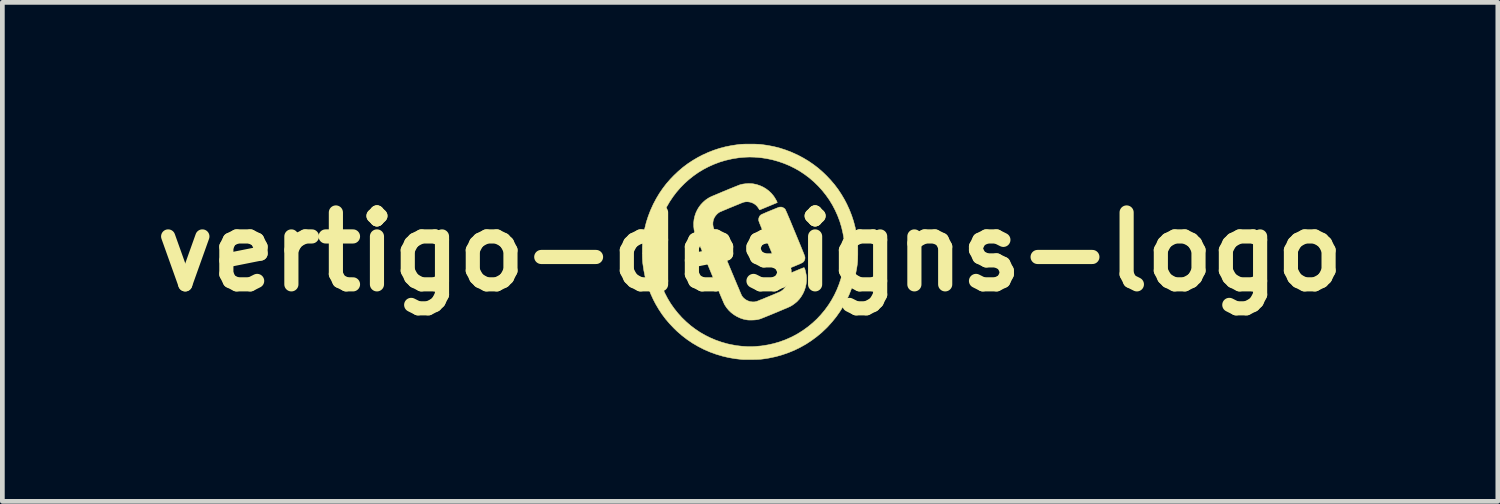
<source format=kicad_pcb>
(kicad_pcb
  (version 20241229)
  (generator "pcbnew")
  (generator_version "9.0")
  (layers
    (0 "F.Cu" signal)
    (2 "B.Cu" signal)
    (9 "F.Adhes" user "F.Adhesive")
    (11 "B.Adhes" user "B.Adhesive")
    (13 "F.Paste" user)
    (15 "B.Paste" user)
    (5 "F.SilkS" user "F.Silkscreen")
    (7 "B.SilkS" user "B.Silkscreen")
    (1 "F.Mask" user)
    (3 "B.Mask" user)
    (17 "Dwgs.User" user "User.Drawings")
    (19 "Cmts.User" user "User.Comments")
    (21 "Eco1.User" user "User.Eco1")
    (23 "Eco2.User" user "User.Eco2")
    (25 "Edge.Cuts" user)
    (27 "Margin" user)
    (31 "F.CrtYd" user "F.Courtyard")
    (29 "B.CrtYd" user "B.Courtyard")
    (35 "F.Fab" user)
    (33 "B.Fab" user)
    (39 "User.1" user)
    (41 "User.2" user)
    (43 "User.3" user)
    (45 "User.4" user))
  (footprint "vertigo-designs-logo"
    (layer "F.Cu")
    (at 12.852 2.289)
    (property "Reference" "vertigo-designs-logo" (at 0 0 0) (layer "F.SilkS") (effects (font (size 1.524 1.524) (thickness 0.3))))
    (attr through_hole)
    (fp_poly (pts (xy 0.663 -0.949) (xy 0.678 -0.946) (xy 0.694 -0.939) (xy 0.7 -0.936) (xy 0.716 -0.927) (xy 0.731 -0.916) (xy 0.74 -0.908) (xy 0.743 -0.904) (xy 0.747 -0.897) (xy 0.753 -0.886) (xy 0.759 -0.871) (xy 0.768 -0.852) (xy 0.778 -0.829) (xy 0.791 -0.8) (xy 0.805 -0.766) (xy 0.822 -0.727) (xy 0.841 -0.682) (xy 0.863 -0.63) (xy 0.887 -0.571) (xy 0.914 -0.506) (xy 0.944 -0.433) (xy 0.959 -0.398) (xy 0.989 -0.325) (xy 1.016 -0.26) (xy 1.04 -0.202) (xy 1.061 -0.151) (xy 1.08 -0.105) (xy 1.096 -0.066) (xy 1.11 -0.031) (xy 1.122 -0.002) (xy 1.132 0.023) (xy 1.141 0.045) (xy 1.147 0.062) (xy 1.153 0.077) (xy 1.157 0.088) (xy 1.16 0.098) (xy 1.162 0.105) (xy 1.163 0.111) (xy 1.164 0.117) (xy 1.164 0.121) (xy 1.164 0.125) (xy 1.164 0.126) (xy 1.163 0.146) (xy 1.159 0.163) (xy 1.152 0.18) (xy 1.147 0.19) (xy 1.142 0.198) (xy 1.137 0.206) (xy 1.13 0.213) (xy 1.121 0.221) (xy 1.11 0.228) (xy 1.095 0.236) (xy 1.076 0.246) (xy 1.052 0.257) (xy 1.023 0.269) (xy 0.987 0.284) (xy 0.945 0.302) (xy 0.917 0.313) (xy 0.87 0.333) (xy 0.831 0.349) (xy 0.798 0.362) (xy 0.77 0.373) (xy 0.748 0.381) (xy 0.729 0.387) (xy 0.714 0.391) (xy 0.702 0.393) (xy 0.691 0.393) (xy 0.681 0.392) (xy 0.672 0.39) (xy 0.662 0.386) (xy 0.654 0.383) (xy 0.634 0.374) (xy 0.62 0.364) (xy 0.606 0.35) (xy 0.601 0.346) (xy 0.598 0.34) (xy 0.592 0.327) (xy 0.583 0.307) (xy 0.571 0.28) (xy 0.557 0.247) (xy 0.54 0.207) (xy 0.521 0.163) (xy 0.5 0.112) (xy 0.477 0.057) (xy 0.452 -0.002) (xy 0.425 -0.066) (xy 0.397 -0.133) (xy 0.386 -0.16) (xy 0.356 -0.233) (xy 0.329 -0.298) (xy 0.305 -0.355) (xy 0.284 -0.407) (xy 0.265 -0.452) (xy 0.249 -0.492) (xy 0.235 -0.526) (xy 0.223 -0.556) (xy 0.213 -0.581) (xy 0.204 -0.602) (xy 0.198 -0.619) (xy 0.193 -0.633) (xy 0.188 -0.645) (xy 0.186 -0.654) (xy 0.183 -0.662) (xy 0.182 -0.668) (xy 0.181 -0.673) (xy 0.181 -0.677) (xy 0.181 -0.682) (xy 0.181 -0.682) (xy 0.185 -0.713) (xy 0.195 -0.741) (xy 0.21 -0.766) (xy 0.23 -0.784) (xy 0.235 -0.787) (xy 0.242 -0.791) (xy 0.255 -0.797) (xy 0.275 -0.806) (xy 0.301 -0.817) (xy 0.33 -0.83) (xy 0.363 -0.844) (xy 0.399 -0.859) (xy 0.433 -0.873) (xy 0.475 -0.89) (xy 0.511 -0.905) (xy 0.541 -0.917) (xy 0.565 -0.927) (xy 0.584 -0.934) (xy 0.599 -0.94) (xy 0.611 -0.944) (xy 0.621 -0.947) (xy 0.629 -0.948) (xy 0.636 -0.949) (xy 0.643 -0.949) (xy 0.645 -0.949) (xy 0.663 -0.949)) (stroke (width 0.01) (type solid)) (fill yes) (layer "F.SilkS"))
    (fp_poly (pts (xy 0.069 -2.284) (xy 0.116 -2.283) (xy 0.159 -2.281) (xy 0.197 -2.279) (xy 0.229 -2.277) (xy 0.235 -2.276) (xy 0.371 -2.257) (xy 0.501 -2.232) (xy 0.628 -2.2) (xy 0.752 -2.16) (xy 0.873 -2.114) (xy 0.992 -2.06) (xy 1.012 -2.051) (xy 1.129 -1.989) (xy 1.239 -1.923) (xy 1.344 -1.851) (xy 1.445 -1.774) (xy 1.541 -1.69) (xy 1.617 -1.617) (xy 1.707 -1.522) (xy 1.79 -1.425) (xy 1.866 -1.324) (xy 1.936 -1.218) (xy 2.002 -1.106) (xy 2.051 -1.012) (xy 2.106 -0.892) (xy 2.153 -0.772) (xy 2.194 -0.648) (xy 2.227 -0.522) (xy 2.253 -0.392) (xy 2.273 -0.257) (xy 2.276 -0.235) (xy 2.278 -0.215) (xy 2.28 -0.194) (xy 2.281 -0.171) (xy 2.282 -0.146) (xy 2.283 -0.117) (xy 2.284 -0.083) (xy 2.284 -0.043) (xy 2.284 0) (xy 2.284 0.052) (xy 2.283 0.098) (xy 2.282 0.138) (xy 2.281 0.174) (xy 2.279 0.207) (xy 2.276 0.24) (xy 2.272 0.273) (xy 2.267 0.308) (xy 2.261 0.346) (xy 2.256 0.375) (xy 2.229 0.512) (xy 2.194 0.646) (xy 2.151 0.777) (xy 2.101 0.905) (xy 2.043 1.03) (xy 1.977 1.151) (xy 1.904 1.267) (xy 1.824 1.38) (xy 1.737 1.487) (xy 1.644 1.59) (xy 1.617 1.617) (xy 1.516 1.713) (xy 1.409 1.801) (xy 1.298 1.883) (xy 1.183 1.958) (xy 1.063 2.025) (xy 0.939 2.086) (xy 0.812 2.138) (xy 0.682 2.183) (xy 0.548 2.221) (xy 0.411 2.25) (xy 0.389 2.254) (xy 0.346 2.261) (xy 0.307 2.267) (xy 0.271 2.272) (xy 0.235 2.276) (xy 0.199 2.279) (xy 0.16 2.281) (xy 0.117 2.282) (xy 0.068 2.283) (xy 0.025 2.284) (xy -0.013 2.284) (xy -0.05 2.284) (xy -0.085 2.284) (xy -0.117 2.284) (xy -0.144 2.283) (xy -0.165 2.282) (xy -0.178 2.281) (xy -0.319 2.265) (xy -0.458 2.241) (xy -0.593 2.209) (xy -0.726 2.169) (xy -0.855 2.122) (xy -0.981 2.067) (xy -1.103 2.004) (xy -1.221 1.935) (xy -1.335 1.858) (xy -1.444 1.774) (xy -1.549 1.683) (xy -1.617 1.617) (xy -1.707 1.522) (xy -1.79 1.425) (xy -1.866 1.324) (xy -1.936 1.218) (xy -2.002 1.106) (xy -2.051 1.012) (xy -2.106 0.892) (xy -2.153 0.772) (xy -2.194 0.648) (xy -2.227 0.522) (xy -2.253 0.392) (xy -2.273 0.257) (xy -2.276 0.235) (xy -2.279 0.205) (xy -2.281 0.168) (xy -2.283 0.125) (xy -2.284 0.079) (xy -2.284 0.03) (xy -2.284 0.027) (xy -2.01 0.027) (xy -2.007 0.089) (xy -2.002 0.17) (xy -1.994 0.245) (xy -1.983 0.318) (xy -1.969 0.393) (xy -1.968 0.398) (xy -1.939 0.524) (xy -1.902 0.646) (xy -1.857 0.765) (xy -1.805 0.881) (xy -1.747 0.992) (xy -1.682 1.099) (xy -1.61 1.201) (xy -1.532 1.299) (xy -1.449 1.391) (xy -1.36 1.478) (xy -1.266 1.56) (xy -1.167 1.635) (xy -1.063 1.705) (xy -0.954 1.768) (xy -0.841 1.824) (xy -0.725 1.873) (xy -0.604 1.915) (xy -0.481 1.95) (xy -0.398 1.968) (xy -0.282 1.989) (xy -0.167 2.002) (xy -0.055 2.009) (xy 0.054 2.009) (xy 0.111 2.006) (xy 0.245 1.994) (xy 0.375 1.973) (xy 0.502 1.945) (xy 0.626 1.909) (xy 0.747 1.865) (xy 0.865 1.813) (xy 0.899 1.797) (xy 1.013 1.735) (xy 1.122 1.666) (xy 1.226 1.591) (xy 1.324 1.51) (xy 1.417 1.424) (xy 1.504 1.331) (xy 1.585 1.234) (xy 1.66 1.131) (xy 1.728 1.024) (xy 1.789 0.913) (xy 1.843 0.798) (xy 1.89 0.679) (xy 1.93 0.557) (xy 1.961 0.431) (xy 1.968 0.398) (xy 1.988 0.289) (xy 2.001 0.181) (xy 2.008 0.075) (xy 2.01 -0.027) (xy 2.007 -0.089) (xy 2.002 -0.17) (xy 1.994 -0.245) (xy 1.983 -0.318) (xy 1.969 -0.393) (xy 1.968 -0.398) (xy 1.939 -0.524) (xy 1.902 -0.646) (xy 1.857 -0.765) (xy 1.805 -0.881) (xy 1.747 -0.992) (xy 1.682 -1.099) (xy 1.61 -1.201) (xy 1.532 -1.299) (xy 1.449 -1.391) (xy 1.36 -1.478) (xy 1.266 -1.56) (xy 1.167 -1.635) (xy 1.063 -1.705) (xy 0.954 -1.768) (xy 0.842 -1.824) (xy 0.725 -1.873) (xy 0.605 -1.915) (xy 0.481 -1.95) (xy 0.398 -1.968) (xy 0.323 -1.982) (xy 0.25 -1.993) (xy 0.175 -2.001) (xy 0.095 -2.007) (xy 0.089 -2.007) (xy -0.01 -2.01) (xy -0.113 -2.006) (xy -0.22 -1.997) (xy -0.328 -1.981) (xy -0.398 -1.968) (xy -0.524 -1.939) (xy -0.646 -1.902) (xy -0.765 -1.857) (xy -0.881 -1.805) (xy -0.992 -1.747) (xy -1.099 -1.682) (xy -1.201 -1.61) (xy -1.299 -1.532) (xy -1.391 -1.449) (xy -1.478 -1.36) (xy -1.56 -1.266) (xy -1.635 -1.167) (xy -1.705 -1.063) (xy -1.768 -0.954) (xy -1.824 -0.842) (xy -1.873 -0.725) (xy -1.915 -0.605) (xy -1.95 -0.481) (xy -1.968 -0.398) (xy -1.988 -0.289) (xy -2.001 -0.181) (xy -2.008 -0.075) (xy -2.01 0.027) (xy -2.284 0.027) (xy -2.284 -0.019) (xy -2.284 -0.069) (xy -2.283 -0.116) (xy -2.281 -0.159) (xy -2.279 -0.197) (xy -2.277 -0.229) (xy -2.276 -0.235) (xy -2.257 -0.371) (xy -2.232 -0.501) (xy -2.2 -0.628) (xy -2.16 -0.752) (xy -2.114 -0.873) (xy -2.06 -0.992) (xy -2.051 -1.012) (xy -1.989 -1.129) (xy -1.923 -1.239) (xy -1.851 -1.344) (xy -1.774 -1.445) (xy -1.69 -1.541) (xy -1.617 -1.617) (xy -1.522 -1.707) (xy -1.425 -1.79) (xy -1.324 -1.866) (xy -1.218 -1.936) (xy -1.106 -2.002) (xy -1.012 -2.051) (xy -0.892 -2.106) (xy -0.772 -2.153) (xy -0.648 -2.194) (xy -0.522 -2.227) (xy -0.392 -2.253) (xy -0.257 -2.273) (xy -0.235 -2.276) (xy -0.205 -2.279) (xy -0.168 -2.281) (xy -0.125 -2.283) (xy -0.079 -2.284) (xy -0.03 -2.284) (xy 0.019 -2.284) (xy 0.069 -2.284)) (stroke (width 0.01) (type solid)) (fill yes) (layer "F.SilkS"))
    (fp_poly (pts (xy 0.03 -1.446) (xy 0.067 -1.442) (xy 0.139 -1.427) (xy 0.208 -1.404) (xy 0.275 -1.374) (xy 0.337 -1.337) (xy 0.396 -1.293) (xy 0.449 -1.243) (xy 0.496 -1.187) (xy 0.5 -1.181) (xy 0.513 -1.163) (xy 0.525 -1.143) (xy 0.538 -1.122) (xy 0.55 -1.101) (xy 0.561 -1.082) (xy 0.569 -1.065) (xy 0.574 -1.052) (xy 0.576 -1.045) (xy 0.575 -1.044) (xy 0.571 -1.042) (xy 0.56 -1.037) (xy 0.543 -1.03) (xy 0.521 -1.021) (xy 0.495 -1.01) (xy 0.466 -0.998) (xy 0.435 -0.985) (xy 0.402 -0.971) (xy 0.369 -0.958) (xy 0.336 -0.944) (xy 0.305 -0.931) (xy 0.276 -0.919) (xy 0.251 -0.909) (xy 0.23 -0.9) (xy 0.214 -0.894) (xy 0.204 -0.89) (xy 0.202 -0.889) (xy 0.199 -0.892) (xy 0.193 -0.902) (xy 0.185 -0.915) (xy 0.181 -0.922) (xy 0.154 -0.96) (xy 0.122 -0.993) (xy 0.085 -1.02) (xy 0.044 -1.04) (xy 0.001 -1.054) (xy -0.044 -1.061) (xy -0.09 -1.061) (xy -0.135 -1.053) (xy -0.142 -1.051) (xy -0.151 -1.047) (xy -0.167 -1.041) (xy -0.189 -1.033) (xy -0.215 -1.022) (xy -0.246 -1.009) (xy -0.281 -0.995) (xy -0.318 -0.98) (xy -0.356 -0.964) (xy -0.396 -0.948) (xy -0.435 -0.932) (xy -0.474 -0.916) (xy -0.51 -0.9) (xy -0.545 -0.886) (xy -0.575 -0.873) (xy -0.601 -0.862) (xy -0.623 -0.853) (xy -0.638 -0.846) (xy -0.646 -0.842) (xy -0.647 -0.842) (xy -0.662 -0.832) (xy -0.676 -0.822) (xy -0.691 -0.809) (xy -0.706 -0.795) (xy -0.737 -0.759) (xy -0.761 -0.719) (xy -0.778 -0.676) (xy -0.787 -0.63) (xy -0.789 -0.584) (xy -0.783 -0.536) (xy -0.771 -0.496) (xy -0.766 -0.484) (xy -0.759 -0.465) (xy -0.748 -0.439) (xy -0.736 -0.408) (xy -0.721 -0.371) (xy -0.703 -0.329) (xy -0.684 -0.283) (xy -0.663 -0.233) (xy -0.641 -0.179) (xy -0.618 -0.122) (xy -0.593 -0.062) (xy -0.567 -0.000173) (xy -0.541 0.063) (xy -0.514 0.128) (xy -0.487 0.193) (xy -0.46 0.258) (xy -0.433 0.323) (xy -0.406 0.387) (xy -0.38 0.45) (xy -0.354 0.511) (xy -0.33 0.57) (xy -0.306 0.626) (xy -0.284 0.679) (xy -0.263 0.728) (xy -0.244 0.772) (xy -0.227 0.813) (xy -0.213 0.847) (xy -0.2 0.877) (xy -0.19 0.9) (xy -0.183 0.916) (xy -0.179 0.926) (xy -0.178 0.927) (xy -0.152 0.964) (xy -0.119 0.995) (xy -0.082 1.021) (xy -0.041 1.041) (xy 0.002 1.055) (xy 0.047 1.061) (xy 0.092 1.061) (xy 0.136 1.052) (xy 0.142 1.051) (xy 0.151 1.047) (xy 0.167 1.041) (xy 0.189 1.032) (xy 0.216 1.021) (xy 0.248 1.009) (xy 0.282 0.995) (xy 0.32 0.979) (xy 0.358 0.963) (xy 0.398 0.947) (xy 0.437 0.931) (xy 0.476 0.915) (xy 0.513 0.899) (xy 0.547 0.885) (xy 0.577 0.872) (xy 0.604 0.861) (xy 0.625 0.851) (xy 0.639 0.845) (xy 0.647 0.841) (xy 0.647 0.841) (xy 0.685 0.815) (xy 0.718 0.783) (xy 0.746 0.745) (xy 0.768 0.704) (xy 0.782 0.664) (xy 0.786 0.637) (xy 0.788 0.605) (xy 0.788 0.573) (xy 0.784 0.543) (xy 0.781 0.529) (xy 0.777 0.514) (xy 0.774 0.501) (xy 0.773 0.493) (xy 0.774 0.491) (xy 0.777 0.488) (xy 0.783 0.484) (xy 0.792 0.479) (xy 0.806 0.473) (xy 0.824 0.465) (xy 0.848 0.454) (xy 0.877 0.442) (xy 0.914 0.427) (xy 0.957 0.409) (xy 0.959 0.408) (xy 1.002 0.39) (xy 1.038 0.375) (xy 1.067 0.363) (xy 1.09 0.354) (xy 1.109 0.347) (xy 1.123 0.341) (xy 1.133 0.338) (xy 1.14 0.336) (xy 1.145 0.336) (xy 1.147 0.337) (xy 1.149 0.338) (xy 1.15 0.34) (xy 1.159 0.36) (xy 1.168 0.387) (xy 1.176 0.419) (xy 1.183 0.453) (xy 1.19 0.489) (xy 1.194 0.523) (xy 1.196 0.547) (xy 1.196 0.616) (xy 1.188 0.685) (xy 1.173 0.753) (xy 1.151 0.82) (xy 1.122 0.884) (xy 1.086 0.945) (xy 1.045 1.001) (xy 0.999 1.051) (xy 0.994 1.056) (xy 0.97 1.076) (xy 0.942 1.098) (xy 0.912 1.12) (xy 0.883 1.139) (xy 0.857 1.154) (xy 0.852 1.157) (xy 0.841 1.162) (xy 0.823 1.17) (xy 0.8 1.181) (xy 0.771 1.193) (xy 0.737 1.207) (xy 0.699 1.223) (xy 0.659 1.24) (xy 0.616 1.258) (xy 0.572 1.277) (xy 0.527 1.295) (xy 0.482 1.314) (xy 0.439 1.332) (xy 0.396 1.349) (xy 0.357 1.365) (xy 0.32 1.38) (xy 0.287 1.393) (xy 0.26 1.404) (xy 0.237 1.413) (xy 0.221 1.419) (xy 0.213 1.422) (xy 0.184 1.43) (xy 0.158 1.436) (xy 0.133 1.44) (xy 0.106 1.443) (xy 0.075 1.445) (xy 0.042 1.446) (xy 0.004 1.446) (xy -0.027 1.446) (xy -0.053 1.444) (xy -0.074 1.441) (xy -0.145 1.426) (xy -0.214 1.402) (xy -0.28 1.371) (xy -0.342 1.333) (xy -0.4 1.289) (xy -0.452 1.239) (xy -0.498 1.184) (xy -0.538 1.123) (xy -0.542 1.118) (xy -0.545 1.111) (xy -0.551 1.096) (xy -0.561 1.075) (xy -0.572 1.048) (xy -0.587 1.014) (xy -0.603 0.975) (xy -0.622 0.932) (xy -0.642 0.883) (xy -0.664 0.831) (xy -0.687 0.775) (xy -0.712 0.716) (xy -0.738 0.654) (xy -0.764 0.591) (xy -0.792 0.525) (xy -0.819 0.459) (xy -0.847 0.392) (xy -0.875 0.324) (xy -0.903 0.257) (xy -0.931 0.191) (xy -0.958 0.125) (xy -0.984 0.062) (xy -1.009 0.001) (xy -1.033 -0.058) (xy -1.056 -0.114) (xy -1.078 -0.165) (xy -1.097 -0.213) (xy -1.115 -0.257) (xy -1.131 -0.295) (xy -1.144 -0.328) (xy -1.155 -0.355) (xy -1.163 -0.375) (xy -1.168 -0.388) (xy -1.17 -0.394) (xy -1.187 -0.467) (xy -1.195 -0.541) (xy -1.196 -0.614) (xy -1.188 -0.687) (xy -1.172 -0.758) (xy -1.149 -0.827) (xy -1.117 -0.894) (xy -1.084 -0.948) (xy -1.043 -1.002) (xy -0.996 -1.052) (xy -0.945 -1.097) (xy -0.89 -1.135) (xy -0.852 -1.157) (xy -0.841 -1.162) (xy -0.823 -1.17) (xy -0.8 -1.181) (xy -0.771 -1.193) (xy -0.737 -1.207) (xy -0.699 -1.223) (xy -0.659 -1.24) (xy -0.616 -1.258) (xy -0.572 -1.277) (xy -0.527 -1.295) (xy -0.482 -1.314) (xy -0.439 -1.332) (xy -0.396 -1.349) (xy -0.357 -1.365) (xy -0.32 -1.38) (xy -0.287 -1.393) (xy -0.26 -1.404) (xy -0.237 -1.413) (xy -0.221 -1.419) (xy -0.213 -1.422) (xy -0.155 -1.436) (xy -0.094 -1.444) (xy -0.031 -1.448) (xy 0.03 -1.446)) (stroke (width 0.01) (type solid)) (fill yes) (layer "F.SilkS")))
  (gr_rect
    (start -3 -3)
    (end 28.705 7.579)
    (stroke (width 0.1) (type default))
    (fill no)
    (layer "Edge.Cuts")))
</source>
